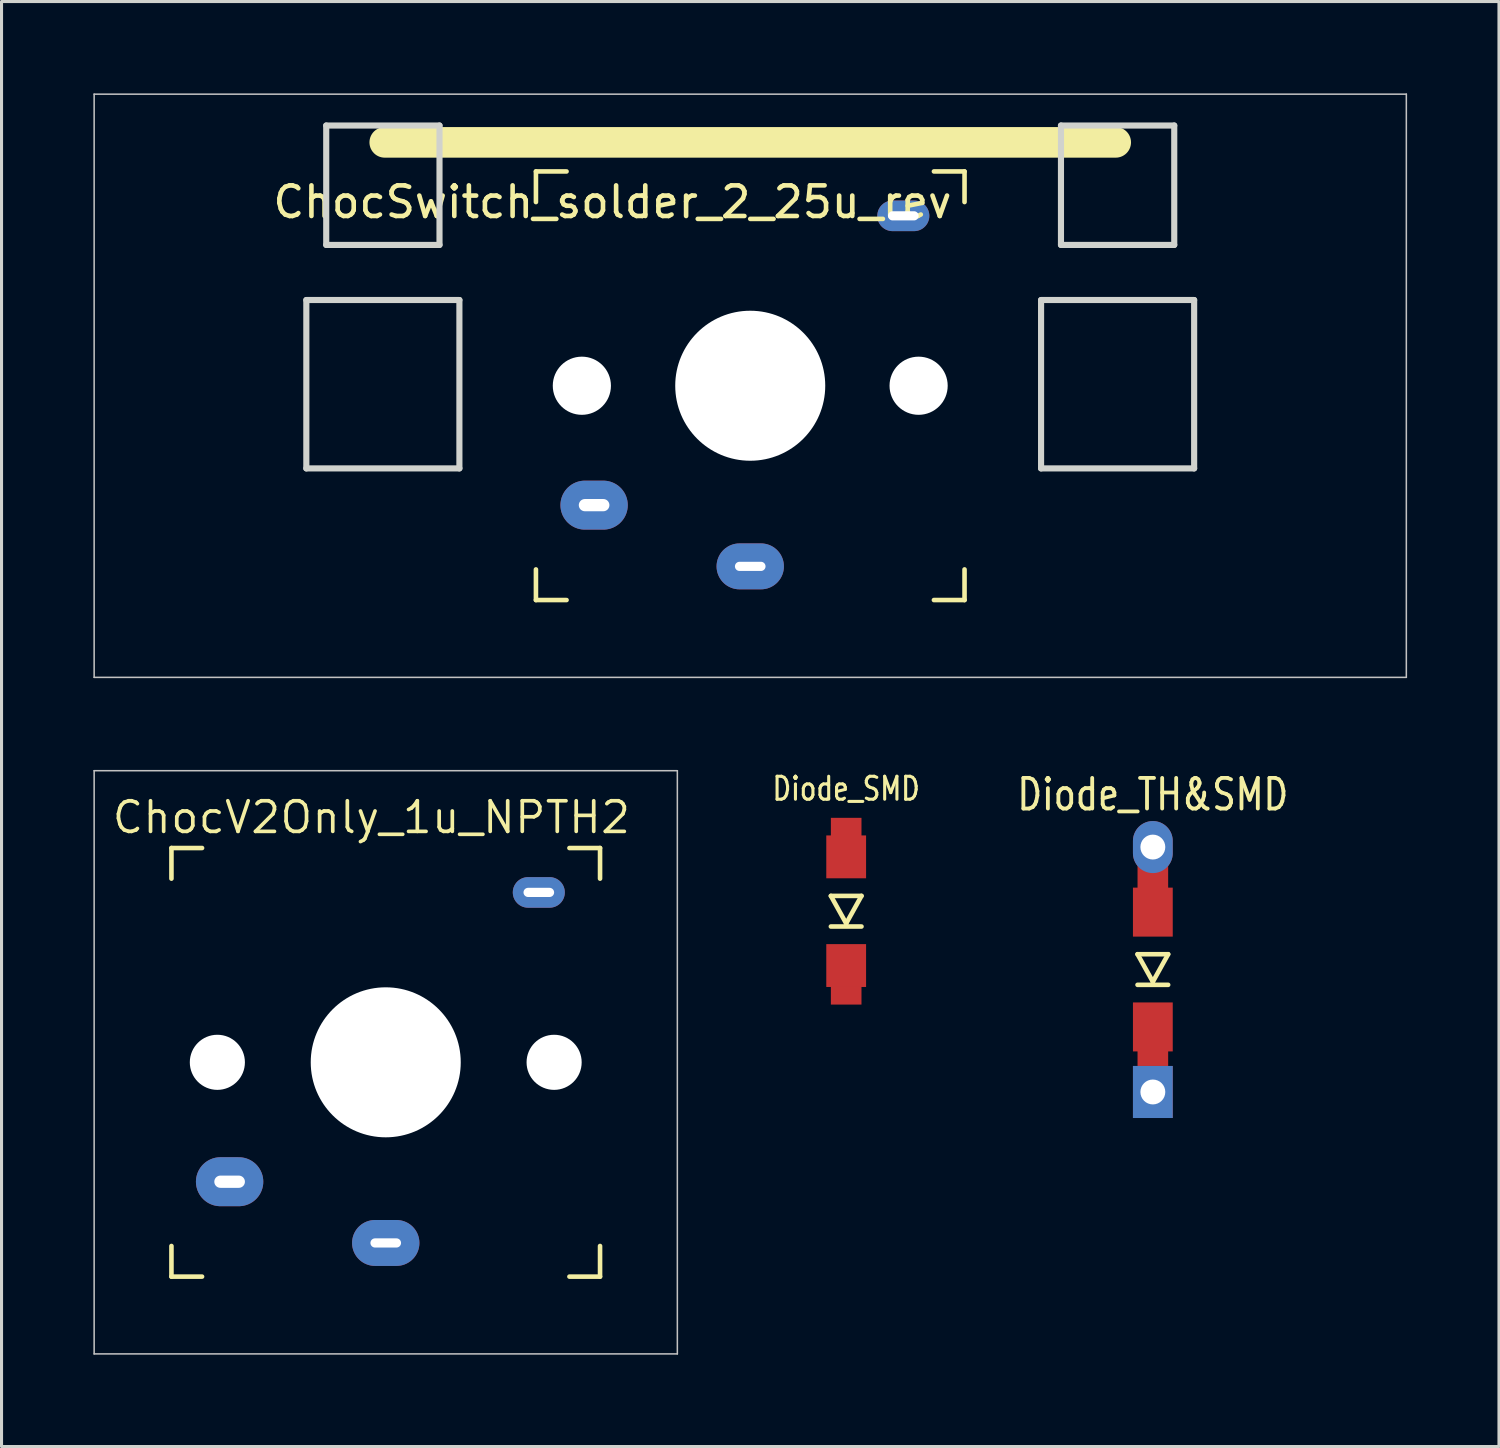
<source format=kicad_pcb>
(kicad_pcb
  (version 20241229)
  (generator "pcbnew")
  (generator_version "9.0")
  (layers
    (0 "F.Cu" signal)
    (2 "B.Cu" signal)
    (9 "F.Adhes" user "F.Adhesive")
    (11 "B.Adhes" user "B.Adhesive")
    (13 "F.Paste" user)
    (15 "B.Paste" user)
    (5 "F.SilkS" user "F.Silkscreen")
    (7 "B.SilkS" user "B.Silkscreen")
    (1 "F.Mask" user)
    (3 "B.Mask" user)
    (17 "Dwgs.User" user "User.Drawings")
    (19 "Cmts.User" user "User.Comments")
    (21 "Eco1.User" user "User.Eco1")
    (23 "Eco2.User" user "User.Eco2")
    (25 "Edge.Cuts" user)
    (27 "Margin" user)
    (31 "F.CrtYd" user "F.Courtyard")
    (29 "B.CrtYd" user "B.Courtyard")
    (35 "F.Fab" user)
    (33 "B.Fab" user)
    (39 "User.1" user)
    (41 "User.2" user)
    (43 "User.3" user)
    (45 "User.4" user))
  (footprint "ChocSwitch_solder_2_25u_rev"
    (layer "F.Cu")
    (at 21.456 9.55)
    (property "Reference" "ChocSwitch_solder_2_25u_rev" (at -4.5 -6 0) (layer "F.SilkS") (effects (font (size 1 1) (thickness 0.15))))
    (attr through_hole)
    (fp_line (start -11.938 -7.95) (end 11.938 -7.95) (stroke (width 1) (type solid)) (layer "F.SilkS"))
    (fp_line (start -7 -7) (end -7 -6) (stroke (width 0.15) (type solid)) (layer "F.SilkS"))
    (fp_line (start -7 -7) (end -6 -7) (stroke (width 0.15) (type solid)) (layer "F.SilkS"))
    (fp_line (start -7 7) (end -7 6) (stroke (width 0.15) (type solid)) (layer "F.SilkS"))
    (fp_line (start -6 7) (end -7 7) (stroke (width 0.15) (type solid)) (layer "F.SilkS"))
    (fp_line (start 6 -7) (end 7 -7) (stroke (width 0.15) (type solid)) (layer "F.SilkS"))
    (fp_line (start 7 -7) (end 7 -6) (stroke (width 0.15) (type solid)) (layer "F.SilkS"))
    (fp_line (start 7 6) (end 7 7) (stroke (width 0.15) (type solid)) (layer "F.SilkS"))
    (fp_line (start 7 7) (end 6 7) (stroke (width 0.15) (type solid)) (layer "F.SilkS"))
    (fp_line (start -21.431 -9.525) (end 21.431 -9.525) (stroke (width 0.05) (type solid)) (layer "Dwgs.User"))
    (fp_line (start -21.431 9.525) (end -21.431 -9.525) (stroke (width 0.05) (type solid)) (layer "Dwgs.User"))
    (fp_line (start 21.431 -9.525) (end 21.431 9.525) (stroke (width 0.05) (type solid)) (layer "Dwgs.User"))
    (fp_line (start 21.431 9.525) (end -21.431 9.525) (stroke (width 0.05) (type solid)) (layer "Dwgs.User"))
    (fp_line (start -7 -7) (end 7 -7) (stroke (width 0.1) (type solid)) (layer "Eco1.User"))
    (fp_line (start -7 -7) (end 7 -7) (stroke (width 0.1) (type solid)) (layer "Eco1.User"))
    (fp_line (start -7 7) (end -7 -7) (stroke (width 0.1) (type solid)) (layer "Eco1.User"))
    (fp_line (start -7 7) (end -7 -7) (stroke (width 0.1) (type solid)) (layer "Eco1.User"))
    (fp_line (start -7 7) (end 7 7) (stroke (width 0.1) (type solid)) (layer "Eco1.User"))
    (fp_line (start 7 -7) (end 7 7) (stroke (width 0.1) (type solid)) (layer "Eco1.User"))
    (fp_line (start 7 7) (end -7 7) (stroke (width 0.1) (type solid)) (layer "Eco1.User"))
    (fp_line (start 7 7) (end 7 -7) (stroke (width 0.1) (type solid)) (layer "Eco1.User"))
    (fp_rect (start -1.75 -3.25) (end 1.75 -6.35) (stroke (width 0.1) (type solid)) (fill no) (layer "Eco1.User"))
    (fp_line (start 0 0) (end 0 -4.8) (stroke (width 0.05) (type solid)) (layer "Eco2.User"))
    (fp_line (start 0 0) (end 8.262 0) (stroke (width 0.05) (type solid)) (layer "Eco2.User"))
    (fp_line (start -14.5 -2.8) (end -9.5 -2.8) (stroke (width 0.2) (type solid)) (layer "Edge.Cuts"))
    (fp_line (start -14.5 2.7) (end -14.5 -2.8) (stroke (width 0.2) (type solid)) (layer "Edge.Cuts"))
    (fp_line (start -13.85 -8.5) (end -10.15 -8.5) (stroke (width 0.2) (type solid)) (layer "Edge.Cuts"))
    (fp_line (start -13.85 -4.6) (end -13.85 -8.5) (stroke (width 0.2) (type solid)) (layer "Edge.Cuts"))
    (fp_line (start -10.15 -8.5) (end -10.15 -4.6) (stroke (width 0.2) (type solid)) (layer "Edge.Cuts"))
    (fp_line (start -10.15 -4.6) (end -13.85 -4.6) (stroke (width 0.2) (type solid)) (layer "Edge.Cuts"))
    (fp_line (start -9.5 -2.8) (end -9.5 2.7) (stroke (width 0.2) (type solid)) (layer "Edge.Cuts"))
    (fp_line (start -9.5 2.7) (end -14.5 2.7) (stroke (width 0.2) (type solid)) (layer "Edge.Cuts"))
    (fp_line (start 9.5 -2.8) (end 9.5 2.7) (stroke (width 0.2) (type solid)) (layer "Edge.Cuts"))
    (fp_line (start 9.5 2.7) (end 14.5 2.7) (stroke (width 0.2) (type solid)) (layer "Edge.Cuts"))
    (fp_line (start 10.15 -8.5) (end 10.15 -4.6) (stroke (width 0.2) (type solid)) (layer "Edge.Cuts"))
    (fp_line (start 10.15 -4.6) (end 13.85 -4.6) (stroke (width 0.2) (type solid)) (layer "Edge.Cuts"))
    (fp_line (start 13.85 -8.5) (end 10.15 -8.5) (stroke (width 0.2) (type solid)) (layer "Edge.Cuts"))
    (fp_line (start 13.85 -8.5) (end 13.85 -4.6) (stroke (width 0.2) (type solid)) (layer "Edge.Cuts"))
    (fp_line (start 14.5 -2.8) (end 9.5 -2.8) (stroke (width 0.2) (type solid)) (layer "Edge.Cuts"))
    (fp_line (start 14.5 2.7) (end 14.5 -2.8) (stroke (width 0.2) (type solid)) (layer "Edge.Cuts"))
    (pad "" np_thru_hole circle (at -5.5 0) (size 1.9 1.9) (drill 1.9) (layers "*.Cu" "*.Mask"))
    (pad "" np_thru_hole circle (at 0 0 90) (size 4.9 4.9) (drill 4.9) (layers "*.Cu" "*.Mask"))
    (pad "" thru_hole oval (at 5 -5.55) (size 1.7 1) (drill oval 1 0.3) (layers "*.Cu" "*.Mask"))
    (pad "" np_thru_hole circle (at 5.5 0) (size 1.9 1.9) (drill 1.9) (layers "*.Cu" "*.Mask"))
    (pad "1" thru_hole oval (at 0 5.9 180) (size 2.2 1.5) (drill oval 1 0.3) (layers "*.Cu" "*.Mask"))
    (pad "2" thru_hole oval (at -5.1 3.9) (size 2.2 1.6) (drill oval 1 0.4) (layers "*.Cu" "*.Mask")))
  (footprint "ChocV2Only_1u_NPTH2"
    (layer "F.Cu")
    (at 9.55 31.65)
    (property "Reference" "ChocV2Only_1u_NPTH2" (at -9 -8 0) (unlocked yes) (layer "F.SilkS") (effects (font (size 1 1) (thickness 0.12)) (justify left)))
    (attr through_hole)
    (fp_line (start -7 -7) (end -7 -6) (stroke (width 0.15) (type solid)) (layer "F.SilkS"))
    (fp_line (start -7 -7) (end -6 -7) (stroke (width 0.15) (type solid)) (layer "F.SilkS"))
    (fp_line (start -7 7) (end -7 6) (stroke (width 0.15) (type solid)) (layer "F.SilkS"))
    (fp_line (start -6 7) (end -7 7) (stroke (width 0.15) (type solid)) (layer "F.SilkS"))
    (fp_line (start 6 -7) (end 7 -7) (stroke (width 0.15) (type solid)) (layer "F.SilkS"))
    (fp_line (start 7 -7) (end 7 -6) (stroke (width 0.15) (type solid)) (layer "F.SilkS"))
    (fp_line (start 7 6) (end 7 7) (stroke (width 0.15) (type solid)) (layer "F.SilkS"))
    (fp_line (start 7 7) (end 6 7) (stroke (width 0.15) (type solid)) (layer "F.SilkS"))
    (fp_line (start -9.525 -9.525) (end 9.525 -9.525) (stroke (width 0.05) (type solid)) (layer "Dwgs.User"))
    (fp_line (start -9.525 9.525) (end -9.525 -9.525) (stroke (width 0.05) (type solid)) (layer "Dwgs.User"))
    (fp_line (start 9.525 -9.525) (end 9.525 9.525) (stroke (width 0.05) (type solid)) (layer "Dwgs.User"))
    (fp_line (start 9.525 9.525) (end -9.525 9.525) (stroke (width 0.05) (type solid)) (layer "Dwgs.User"))
    (fp_line (start -7 -7) (end 7 -7) (stroke (width 0.05) (type solid)) (layer "Eco1.User"))
    (fp_line (start -7 7) (end -7 -7) (stroke (width 0.05) (type solid)) (layer "Eco1.User"))
    (fp_line (start -7 7) (end 7 7) (stroke (width 0.05) (type solid)) (layer "Eco1.User"))
    (fp_line (start 7 7) (end 7 -7) (stroke (width 0.05) (type solid)) (layer "Eco1.User"))
    (fp_line (start 0 0) (end 0 -5) (stroke (width 0.05) (type solid)) (layer "Eco2.User"))
    (fp_line (start 0 0) (end 0 8.26) (stroke (width 0.05) (type solid)) (layer "Eco2.User"))
    (pad "" np_thru_hole circle (at -5.5 0) (size 1.8 1.8) (drill 1.8) (layers "*.Cu" "*.Mask"))
    (pad "" np_thru_hole circle (at 0 0 90) (size 4.9 4.9) (drill 4.9) (layers "*.Cu" "*.Mask"))
    (pad "" thru_hole oval (at 5 -5.55) (size 1.7 1) (drill oval 1 0.3) (layers "*.Cu" "*.Mask"))
    (pad "" np_thru_hole circle (at 5.5 0) (size 1.8 1.8) (drill 1.8) (layers "*.Cu" "*.Mask"))
    (pad "1" thru_hole oval (at 0 5.9 180) (size 2.2 1.5) (drill oval 1 0.3) (layers "*.Cu" "*.Mask"))
    (pad "2" thru_hole oval (at -5.1 3.9) (size 2.2 1.6) (drill oval 1 0.4) (layers "*.Cu" "*.Mask")))
  (footprint "Diode_TH&SMD"
    (layer "F.Cu")
    (at 34.607 28.619)
    (property "Reference" "Diode_TH&SMD" (at 0 -5.715 180) (layer "F.SilkS") (effects (font (size 1 0.8) (thickness 0.125))))
    (attr through_hole)
    (fp_line (start -0.5 -0.5) (end 0.5 -0.5) (stroke (width 0.15) (type solid)) (layer "F.SilkS"))
    (fp_line (start -0.5 0.5) (end 0.5 0.5) (stroke (width 0.15) (type solid)) (layer "F.SilkS"))
    (fp_line (start 0 0.4) (end -0.5 -0.5) (stroke (width 0.15) (type solid)) (layer "F.SilkS"))
    (fp_line (start 0.5 -0.5) (end 0 0.4) (stroke (width 0.15) (type solid)) (layer "F.SilkS"))
    (pad "" smd custom (at 0 -3 270) (size 1.1 1) (layers "F.Cu") (options (anchor rect)) (primitives))
    (pad "" smd custom (at 0 2.8 270) (size 0.7 1) (layers "F.Cu") (options (anchor rect)) (primitives))
    (pad "1" smd custom (at 0 1.875 270) (size 1.6 1.3) (layers "F.Cu" "F.Mask" "F.Paste") (options (anchor rect)) (primitives))
    (pad "1" thru_hole rect (at 0 4 90) (size 1.7 1.3) (drill 0.813) (layers "*.Cu" "*.Mask"))
    (pad "2" thru_hole oval (at 0 -4 90) (size 1.7 1.3) (drill 0.813) (layers "*.Cu" "*.Mask"))
    (pad "2" smd custom (at 0 -1.875 270) (size 1.6 1.3) (layers "F.Cu" "F.Mask" "F.Paste") (options (anchor rect)) (primitives)))
  (footprint "Diode_SMD"
    (layer "F.Cu")
    (at 24.59 26.714)
    (property "Reference" "Diode_SMD" (at 0 -4 0) (unlocked yes) (layer "F.SilkS") (effects (font (size 0.75 0.6) (thickness 0.1))))
    (attr smd)
    (fp_line (start -0.5 -0.5) (end 0.5 -0.5) (stroke (width 0.15) (type solid)) (layer "F.SilkS"))
    (fp_line (start -0.5 0.5) (end 0.5 0.5) (stroke (width 0.15) (type solid)) (layer "F.SilkS"))
    (fp_line (start 0 0.4) (end -0.5 -0.5) (stroke (width 0.15) (type solid)) (layer "F.SilkS"))
    (fp_line (start 0.5 -0.5) (end 0 0.4) (stroke (width 0.15) (type solid)) (layer "F.SilkS"))
    (pad "1" smd custom (at 0 1.775 270) (size 1.4 1.3) (layers "F.Cu" "F.Mask" "F.Paste") (options (anchor rect)) (primitives))
    (pad "1" smd custom (at 0 2.75 90) (size 0.6 1) (layers "F.Cu" "F.Mask" "F.Paste") (options (anchor rect)) (primitives))
    (pad "2" smd custom (at 0 -2.75 90) (size 0.6 1) (layers "F.Cu" "F.Mask" "F.Paste") (options (anchor rect)) (primitives))
    (pad "2" smd custom (at 0 -1.775 270) (size 1.4 1.3) (layers "F.Cu" "F.Mask" "F.Paste") (options (anchor rect)) (primitives)))
  (gr_rect
    (start -3 -3)
    (end 45.913 44.2)
    (stroke (width 0.1) (type default))
    (fill no)
    (layer "Edge.Cuts")))
</source>
